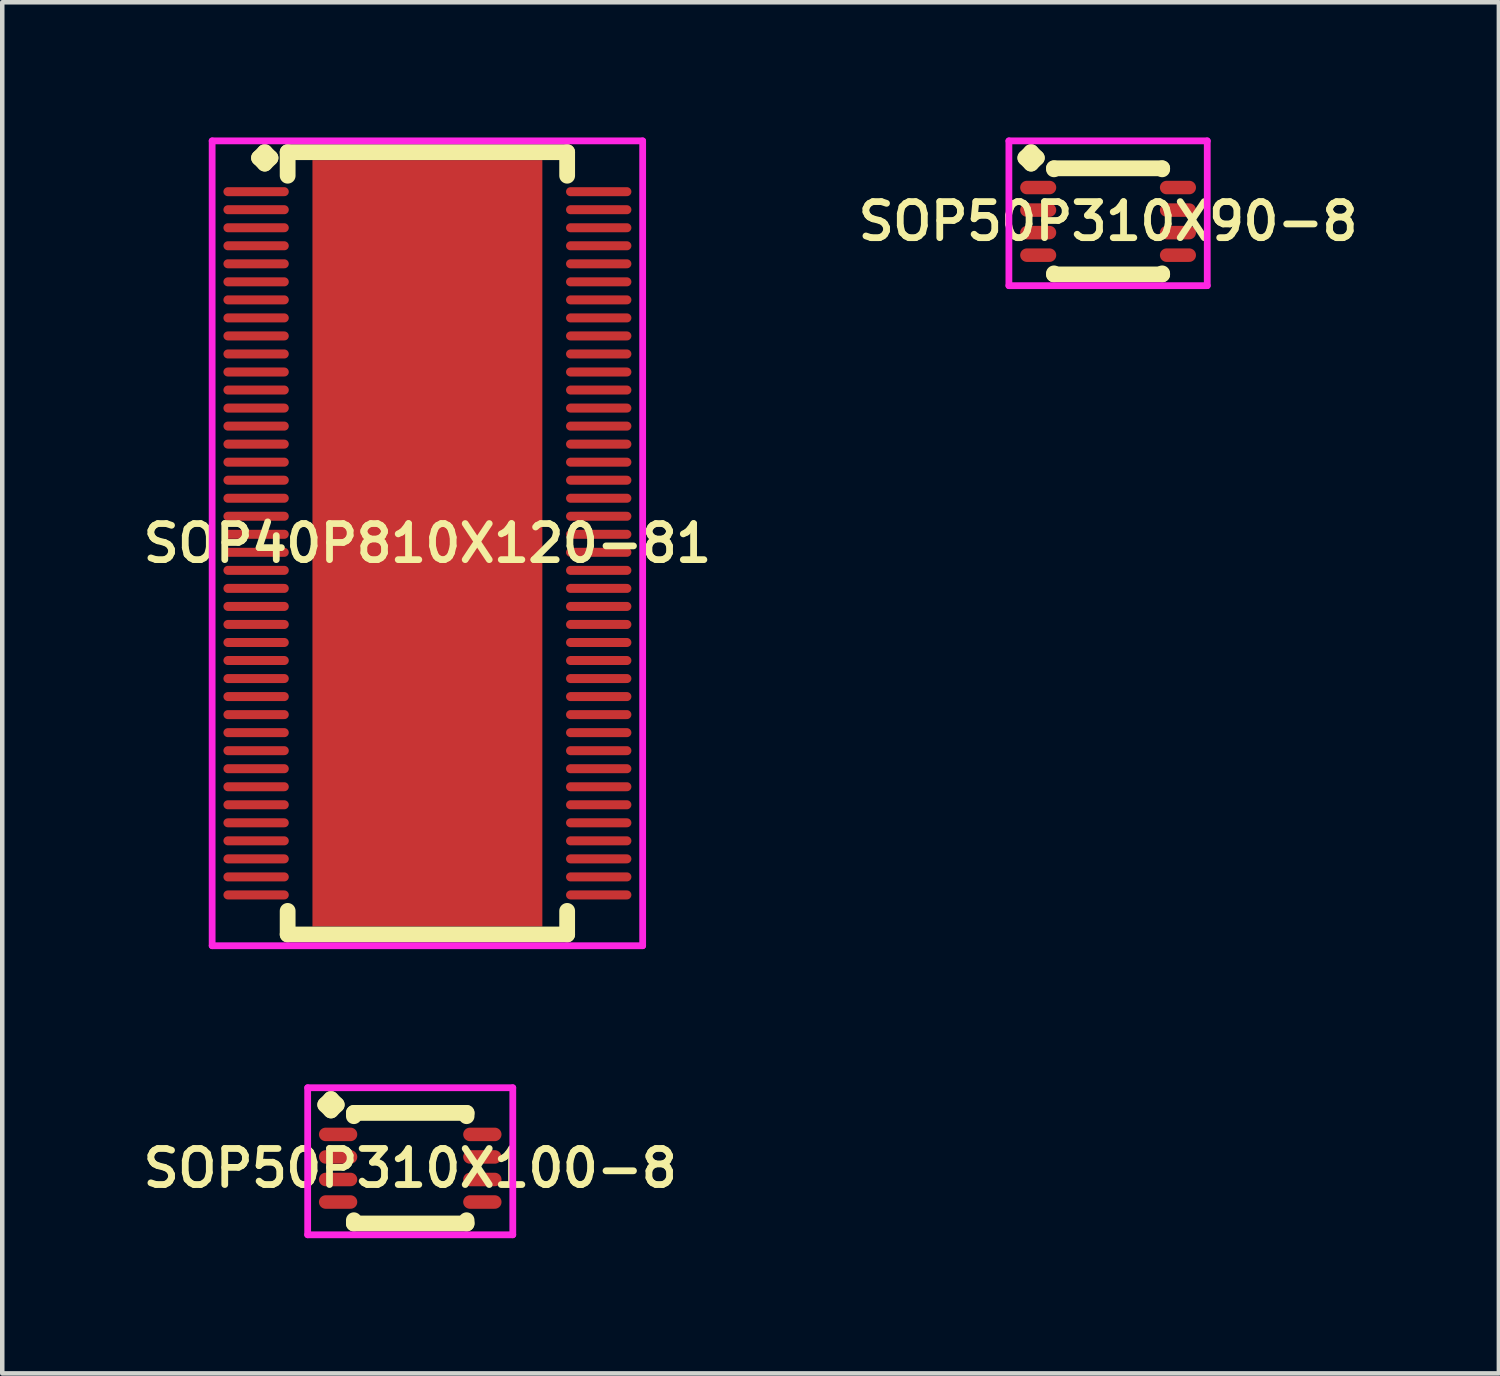
<source format=kicad_pcb>
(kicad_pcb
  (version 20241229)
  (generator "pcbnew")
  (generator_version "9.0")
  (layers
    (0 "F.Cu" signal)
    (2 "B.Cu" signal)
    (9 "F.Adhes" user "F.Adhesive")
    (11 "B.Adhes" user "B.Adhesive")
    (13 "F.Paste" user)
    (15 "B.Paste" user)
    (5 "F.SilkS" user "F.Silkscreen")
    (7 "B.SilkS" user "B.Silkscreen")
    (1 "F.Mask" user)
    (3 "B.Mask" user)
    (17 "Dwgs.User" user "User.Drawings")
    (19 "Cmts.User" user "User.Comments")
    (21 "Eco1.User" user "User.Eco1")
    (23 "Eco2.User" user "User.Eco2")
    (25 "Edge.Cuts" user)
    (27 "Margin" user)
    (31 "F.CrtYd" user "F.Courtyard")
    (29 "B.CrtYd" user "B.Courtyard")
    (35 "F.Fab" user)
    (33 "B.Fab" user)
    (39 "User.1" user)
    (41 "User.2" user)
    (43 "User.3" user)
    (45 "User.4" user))
  (footprint "SOP50P310X90-8"
    (layer "F.Cu")
    (at 21.53 1.86)
    (property "Reference" "SOP50P310X90-8" (at 0 0 0) (layer "F.SilkS") (effects (font (size 0.8 0.8) (thickness 0.15))))
    (attr smd)
    (fp_line (start -1.835 -1.408) (end -1.708 -1.535) (stroke (width 0.35) (type solid)) (layer "F.SilkS"))
    (fp_line (start -1.708 -1.535) (end -1.581 -1.408) (stroke (width 0.35) (type solid)) (layer "F.SilkS"))
    (fp_line (start -1.708 -1.281) (end -1.835 -1.408) (stroke (width 0.35) (type solid)) (layer "F.SilkS"))
    (fp_line (start -1.581 -1.408) (end -1.708 -1.281) (stroke (width 0.35) (type solid)) (layer "F.SilkS"))
    (fp_line (start -1.2 -1.177) (end 1.2 -1.177) (stroke (width 0.35) (type solid)) (layer "F.SilkS"))
    (fp_line (start -1.2 -1.154) (end -1.2 -1.177) (stroke (width 0.35) (type solid)) (layer "F.SilkS"))
    (fp_line (start -1.2 1.154) (end -1.2 1.177) (stroke (width 0.35) (type solid)) (layer "F.SilkS"))
    (fp_line (start -1.2 1.177) (end 1.2 1.177) (stroke (width 0.35) (type solid)) (layer "F.SilkS"))
    (fp_line (start 1.2 -1.177) (end 1.2 -1.154) (stroke (width 0.35) (type solid)) (layer "F.SilkS"))
    (fp_line (start 1.2 1.177) (end 1.2 1.154) (stroke (width 0.35) (type solid)) (layer "F.SilkS"))
    (fp_line (start -2.2 -1.785) (end 2.2 -1.785) (stroke (width 0.15) (type solid)) (layer "F.CrtYd"))
    (fp_line (start -2.2 1.427) (end -2.2 -1.785) (stroke (width 0.15) (type solid)) (layer "F.CrtYd"))
    (fp_line (start 2.2 -1.785) (end 2.2 1.427) (stroke (width 0.15) (type solid)) (layer "F.CrtYd"))
    (fp_line (start 2.2 1.427) (end -2.2 1.427) (stroke (width 0.15) (type solid)) (layer "F.CrtYd"))
    (pad "1" smd oval (at -1.55 -0.75) (size 0.8 0.3) (layers "F.Cu" "F.Mask" "F.Paste"))
    (pad "2" smd oval (at -1.55 -0.25) (size 0.8 0.3) (layers "F.Cu" "F.Mask" "F.Paste"))
    (pad "3" smd oval (at -1.55 0.25) (size 0.8 0.3) (layers "F.Cu" "F.Mask" "F.Paste"))
    (pad "4" smd oval (at -1.55 0.75) (size 0.8 0.3) (layers "F.Cu" "F.Mask" "F.Paste"))
    (pad "5" smd oval (at 1.55 0.75) (size 0.8 0.3) (layers "F.Cu" "F.Mask" "F.Paste"))
    (pad "6" smd oval (at 1.55 0.25) (size 0.8 0.3) (layers "F.Cu" "F.Mask" "F.Paste"))
    (pad "7" smd oval (at 1.55 -0.25) (size 0.8 0.3) (layers "F.Cu" "F.Mask" "F.Paste"))
    (pad "8" smd oval (at 1.55 -0.75) (size 0.8 0.3) (layers "F.Cu" "F.Mask" "F.Paste")))
  (footprint "SOP50P310X100-8"
    (layer "F.Cu")
    (at 6.05 22.864)
    (property "Reference" "SOP50P310X100-8" (at 0 0 0) (layer "F.SilkS") (effects (font (size 0.8 0.8) (thickness 0.15))))
    (attr smd)
    (fp_line (start -1.885 -1.408) (end -1.758 -1.535) (stroke (width 0.35) (type solid)) (layer "F.SilkS"))
    (fp_line (start -1.758 -1.535) (end -1.631 -1.408) (stroke (width 0.35) (type solid)) (layer "F.SilkS"))
    (fp_line (start -1.758 -1.281) (end -1.885 -1.408) (stroke (width 0.35) (type solid)) (layer "F.SilkS"))
    (fp_line (start -1.631 -1.408) (end -1.758 -1.281) (stroke (width 0.35) (type solid)) (layer "F.SilkS"))
    (fp_line (start -1.25 -1.227) (end 1.25 -1.227) (stroke (width 0.35) (type solid)) (layer "F.SilkS"))
    (fp_line (start -1.25 -1.154) (end -1.25 -1.227) (stroke (width 0.35) (type solid)) (layer "F.SilkS"))
    (fp_line (start -1.25 1.154) (end -1.25 1.227) (stroke (width 0.35) (type solid)) (layer "F.SilkS"))
    (fp_line (start -1.25 1.227) (end 1.25 1.227) (stroke (width 0.35) (type solid)) (layer "F.SilkS"))
    (fp_line (start 1.25 -1.227) (end 1.25 -1.154) (stroke (width 0.35) (type solid)) (layer "F.SilkS"))
    (fp_line (start 1.25 1.227) (end 1.25 1.154) (stroke (width 0.35) (type solid)) (layer "F.SilkS"))
    (fp_line (start -2.275 -1.785) (end 2.275 -1.785) (stroke (width 0.15) (type solid)) (layer "F.CrtYd"))
    (fp_line (start -2.275 1.477) (end -2.275 -1.785) (stroke (width 0.15) (type solid)) (layer "F.CrtYd"))
    (fp_line (start 2.275 -1.785) (end 2.275 1.477) (stroke (width 0.15) (type solid)) (layer "F.CrtYd"))
    (fp_line (start 2.275 1.477) (end -2.275 1.477) (stroke (width 0.15) (type solid)) (layer "F.CrtYd"))
    (pad "1" smd oval (at -1.6 -0.75) (size 0.85 0.3) (layers "F.Cu" "F.Mask" "F.Paste"))
    (pad "2" smd oval (at -1.6 -0.25) (size 0.85 0.3) (layers "F.Cu" "F.Mask" "F.Paste"))
    (pad "3" smd oval (at -1.6 0.25) (size 0.85 0.3) (layers "F.Cu" "F.Mask" "F.Paste"))
    (pad "4" smd oval (at -1.6 0.75) (size 0.85 0.3) (layers "F.Cu" "F.Mask" "F.Paste"))
    (pad "5" smd oval (at 1.6 0.75) (size 0.85 0.3) (layers "F.Cu" "F.Mask" "F.Paste"))
    (pad "6" smd oval (at 1.6 0.25) (size 0.85 0.3) (layers "F.Cu" "F.Mask" "F.Paste"))
    (pad "7" smd oval (at 1.6 -0.25) (size 0.85 0.3) (layers "F.Cu" "F.Mask" "F.Paste"))
    (pad "8" smd oval (at 1.6 -0.75) (size 0.85 0.3) (layers "F.Cu" "F.Mask" "F.Paste")))
  (footprint "SOP40P810X120-81"
    (layer "F.Cu")
    (at 6.431 9.002)
    (property "Reference" "SOP40P810X120-81" (at 0 0 0) (layer "F.SilkS") (effects (font (size 0.8 0.8) (thickness 0.15))))
    (attr smd)
    (fp_line (start -3.735 -8.55) (end -3.608 -8.677) (stroke (width 0.35) (type solid)) (layer "F.SilkS"))
    (fp_line (start -3.608 -8.677) (end -3.481 -8.55) (stroke (width 0.35) (type solid)) (layer "F.SilkS"))
    (fp_line (start -3.608 -8.423) (end -3.735 -8.55) (stroke (width 0.35) (type solid)) (layer "F.SilkS"))
    (fp_line (start -3.481 -8.55) (end -3.608 -8.423) (stroke (width 0.35) (type solid)) (layer "F.SilkS"))
    (fp_line (start -3.1 -8.677) (end 3.1 -8.677) (stroke (width 0.35) (type solid)) (layer "F.SilkS"))
    (fp_line (start -3.1 -8.154) (end -3.1 -8.677) (stroke (width 0.35) (type solid)) (layer "F.SilkS"))
    (fp_line (start -3.1 8.154) (end -3.1 8.677) (stroke (width 0.35) (type solid)) (layer "F.SilkS"))
    (fp_line (start -3.1 8.677) (end 3.1 8.677) (stroke (width 0.35) (type solid)) (layer "F.SilkS"))
    (fp_line (start 3.1 -8.677) (end 3.1 -8.154) (stroke (width 0.35) (type solid)) (layer "F.SilkS"))
    (fp_line (start 3.1 8.677) (end 3.1 8.154) (stroke (width 0.35) (type solid)) (layer "F.SilkS"))
    (fp_line (start -4.775 -8.927) (end 4.775 -8.927) (stroke (width 0.15) (type solid)) (layer "F.CrtYd"))
    (fp_line (start -4.775 8.927) (end -4.775 -8.927) (stroke (width 0.15) (type solid)) (layer "F.CrtYd"))
    (fp_line (start 4.775 -8.927) (end 4.775 8.927) (stroke (width 0.15) (type solid)) (layer "F.CrtYd"))
    (fp_line (start 4.775 8.927) (end -4.775 8.927) (stroke (width 0.15) (type solid)) (layer "F.CrtYd"))
    (pad "1" smd oval (at -3.8 -7.8) (size 1.45 0.2) (layers "F.Cu" "F.Mask" "F.Paste"))
    (pad "2" smd oval (at -3.8 -7.4) (size 1.45 0.2) (layers "F.Cu" "F.Mask" "F.Paste"))
    (pad "3" smd oval (at -3.8 -7) (size 1.45 0.2) (layers "F.Cu" "F.Mask" "F.Paste"))
    (pad "4" smd oval (at -3.8 -6.6) (size 1.45 0.2) (layers "F.Cu" "F.Mask" "F.Paste"))
    (pad "5" smd oval (at -3.8 -6.2) (size 1.45 0.2) (layers "F.Cu" "F.Mask" "F.Paste"))
    (pad "6" smd oval (at -3.8 -5.8) (size 1.45 0.2) (layers "F.Cu" "F.Mask" "F.Paste"))
    (pad "7" smd oval (at -3.8 -5.4) (size 1.45 0.2) (layers "F.Cu" "F.Mask" "F.Paste"))
    (pad "8" smd oval (at -3.8 -5) (size 1.45 0.2) (layers "F.Cu" "F.Mask" "F.Paste"))
    (pad "9" smd oval (at -3.8 -4.6) (size 1.45 0.2) (layers "F.Cu" "F.Mask" "F.Paste"))
    (pad "10" smd oval (at -3.8 -4.2) (size 1.45 0.2) (layers "F.Cu" "F.Mask" "F.Paste"))
    (pad "11" smd oval (at -3.8 -3.8) (size 1.45 0.2) (layers "F.Cu" "F.Mask" "F.Paste"))
    (pad "12" smd oval (at -3.8 -3.4) (size 1.45 0.2) (layers "F.Cu" "F.Mask" "F.Paste"))
    (pad "13" smd oval (at -3.8 -3) (size 1.45 0.2) (layers "F.Cu" "F.Mask" "F.Paste"))
    (pad "14" smd oval (at -3.8 -2.6) (size 1.45 0.2) (layers "F.Cu" "F.Mask" "F.Paste"))
    (pad "15" smd oval (at -3.8 -2.2) (size 1.45 0.2) (layers "F.Cu" "F.Mask" "F.Paste"))
    (pad "16" smd oval (at -3.8 -1.8) (size 1.45 0.2) (layers "F.Cu" "F.Mask" "F.Paste"))
    (pad "17" smd oval (at -3.8 -1.4) (size 1.45 0.2) (layers "F.Cu" "F.Mask" "F.Paste"))
    (pad "18" smd oval (at -3.8 -1) (size 1.45 0.2) (layers "F.Cu" "F.Mask" "F.Paste"))
    (pad "19" smd oval (at -3.8 -0.6) (size 1.45 0.2) (layers "F.Cu" "F.Mask" "F.Paste"))
    (pad "20" smd oval (at -3.8 -0.2) (size 1.45 0.2) (layers "F.Cu" "F.Mask" "F.Paste"))
    (pad "21" smd oval (at -3.8 0.2) (size 1.45 0.2) (layers "F.Cu" "F.Mask" "F.Paste"))
    (pad "22" smd oval (at -3.8 0.6) (size 1.45 0.2) (layers "F.Cu" "F.Mask" "F.Paste"))
    (pad "23" smd oval (at -3.8 1) (size 1.45 0.2) (layers "F.Cu" "F.Mask" "F.Paste"))
    (pad "24" smd oval (at -3.8 1.4) (size 1.45 0.2) (layers "F.Cu" "F.Mask" "F.Paste"))
    (pad "25" smd oval (at -3.8 1.8) (size 1.45 0.2) (layers "F.Cu" "F.Mask" "F.Paste"))
    (pad "26" smd oval (at -3.8 2.2) (size 1.45 0.2) (layers "F.Cu" "F.Mask" "F.Paste"))
    (pad "27" smd oval (at -3.8 2.6) (size 1.45 0.2) (layers "F.Cu" "F.Mask" "F.Paste"))
    (pad "28" smd oval (at -3.8 3) (size 1.45 0.2) (layers "F.Cu" "F.Mask" "F.Paste"))
    (pad "29" smd oval (at -3.8 3.4) (size 1.45 0.2) (layers "F.Cu" "F.Mask" "F.Paste"))
    (pad "30" smd oval (at -3.8 3.8) (size 1.45 0.2) (layers "F.Cu" "F.Mask" "F.Paste"))
    (pad "31" smd oval (at -3.8 4.2) (size 1.45 0.2) (layers "F.Cu" "F.Mask" "F.Paste"))
    (pad "32" smd oval (at -3.8 4.6) (size 1.45 0.2) (layers "F.Cu" "F.Mask" "F.Paste"))
    (pad "33" smd oval (at -3.8 5) (size 1.45 0.2) (layers "F.Cu" "F.Mask" "F.Paste"))
    (pad "34" smd oval (at -3.8 5.4) (size 1.45 0.2) (layers "F.Cu" "F.Mask" "F.Paste"))
    (pad "35" smd oval (at -3.8 5.8) (size 1.45 0.2) (layers "F.Cu" "F.Mask" "F.Paste"))
    (pad "36" smd oval (at -3.8 6.2) (size 1.45 0.2) (layers "F.Cu" "F.Mask" "F.Paste"))
    (pad "37" smd oval (at -3.8 6.6) (size 1.45 0.2) (layers "F.Cu" "F.Mask" "F.Paste"))
    (pad "38" smd oval (at -3.8 7) (size 1.45 0.2) (layers "F.Cu" "F.Mask" "F.Paste"))
    (pad "39" smd oval (at -3.8 7.4) (size 1.45 0.2) (layers "F.Cu" "F.Mask" "F.Paste"))
    (pad "40" smd oval (at -3.8 7.8) (size 1.45 0.2) (layers "F.Cu" "F.Mask" "F.Paste"))
    (pad "41" smd oval (at 3.8 7.8) (size 1.45 0.2) (layers "F.Cu" "F.Mask" "F.Paste"))
    (pad "42" smd oval (at 3.8 7.4) (size 1.45 0.2) (layers "F.Cu" "F.Mask" "F.Paste"))
    (pad "43" smd oval (at 3.8 7) (size 1.45 0.2) (layers "F.Cu" "F.Mask" "F.Paste"))
    (pad "44" smd oval (at 3.8 6.6) (size 1.45 0.2) (layers "F.Cu" "F.Mask" "F.Paste"))
    (pad "45" smd oval (at 3.8 6.2) (size 1.45 0.2) (layers "F.Cu" "F.Mask" "F.Paste"))
    (pad "46" smd oval (at 3.8 5.8) (size 1.45 0.2) (layers "F.Cu" "F.Mask" "F.Paste"))
    (pad "47" smd oval (at 3.8 5.4) (size 1.45 0.2) (layers "F.Cu" "F.Mask" "F.Paste"))
    (pad "48" smd oval (at 3.8 5) (size 1.45 0.2) (layers "F.Cu" "F.Mask" "F.Paste"))
    (pad "49" smd oval (at 3.8 4.6) (size 1.45 0.2) (layers "F.Cu" "F.Mask" "F.Paste"))
    (pad "50" smd oval (at 3.8 4.2) (size 1.45 0.2) (layers "F.Cu" "F.Mask" "F.Paste"))
    (pad "51" smd oval (at 3.8 3.8) (size 1.45 0.2) (layers "F.Cu" "F.Mask" "F.Paste"))
    (pad "52" smd oval (at 3.8 3.4) (size 1.45 0.2) (layers "F.Cu" "F.Mask" "F.Paste"))
    (pad "53" smd oval (at 3.8 3) (size 1.45 0.2) (layers "F.Cu" "F.Mask" "F.Paste"))
    (pad "54" smd oval (at 3.8 2.6) (size 1.45 0.2) (layers "F.Cu" "F.Mask" "F.Paste"))
    (pad "55" smd oval (at 3.8 2.2) (size 1.45 0.2) (layers "F.Cu" "F.Mask" "F.Paste"))
    (pad "56" smd oval (at 3.8 1.8) (size 1.45 0.2) (layers "F.Cu" "F.Mask" "F.Paste"))
    (pad "57" smd oval (at 3.8 1.4) (size 1.45 0.2) (layers "F.Cu" "F.Mask" "F.Paste"))
    (pad "58" smd oval (at 3.8 1) (size 1.45 0.2) (layers "F.Cu" "F.Mask" "F.Paste"))
    (pad "59" smd oval (at 3.8 0.6) (size 1.45 0.2) (layers "F.Cu" "F.Mask" "F.Paste"))
    (pad "60" smd oval (at 3.8 0.2) (size 1.45 0.2) (layers "F.Cu" "F.Mask" "F.Paste"))
    (pad "61" smd oval (at 3.8 -0.2) (size 1.45 0.2) (layers "F.Cu" "F.Mask" "F.Paste"))
    (pad "62" smd oval (at 3.8 -0.6) (size 1.45 0.2) (layers "F.Cu" "F.Mask" "F.Paste"))
    (pad "63" smd oval (at 3.8 -1) (size 1.45 0.2) (layers "F.Cu" "F.Mask" "F.Paste"))
    (pad "64" smd oval (at 3.8 -1.4) (size 1.45 0.2) (layers "F.Cu" "F.Mask" "F.Paste"))
    (pad "65" smd oval (at 3.8 -1.8) (size 1.45 0.2) (layers "F.Cu" "F.Mask" "F.Paste"))
    (pad "66" smd oval (at 3.8 -2.2) (size 1.45 0.2) (layers "F.Cu" "F.Mask" "F.Paste"))
    (pad "67" smd oval (at 3.8 -2.6) (size 1.45 0.2) (layers "F.Cu" "F.Mask" "F.Paste"))
    (pad "68" smd oval (at 3.8 -3) (size 1.45 0.2) (layers "F.Cu" "F.Mask" "F.Paste"))
    (pad "69" smd oval (at 3.8 -3.4) (size 1.45 0.2) (layers "F.Cu" "F.Mask" "F.Paste"))
    (pad "70" smd oval (at 3.8 -3.8) (size 1.45 0.2) (layers "F.Cu" "F.Mask" "F.Paste"))
    (pad "71" smd oval (at 3.8 -4.2) (size 1.45 0.2) (layers "F.Cu" "F.Mask" "F.Paste"))
    (pad "72" smd oval (at 3.8 -4.6) (size 1.45 0.2) (layers "F.Cu" "F.Mask" "F.Paste"))
    (pad "73" smd oval (at 3.8 -5) (size 1.45 0.2) (layers "F.Cu" "F.Mask" "F.Paste"))
    (pad "74" smd oval (at 3.8 -5.4) (size 1.45 0.2) (layers "F.Cu" "F.Mask" "F.Paste"))
    (pad "75" smd oval (at 3.8 -5.8) (size 1.45 0.2) (layers "F.Cu" "F.Mask" "F.Paste"))
    (pad "76" smd oval (at 3.8 -6.2) (size 1.45 0.2) (layers "F.Cu" "F.Mask" "F.Paste"))
    (pad "77" smd oval (at 3.8 -6.6) (size 1.45 0.2) (layers "F.Cu" "F.Mask" "F.Paste"))
    (pad "78" smd oval (at 3.8 -7) (size 1.45 0.2) (layers "F.Cu" "F.Mask" "F.Paste"))
    (pad "79" smd oval (at 3.8 -7.4) (size 1.45 0.2) (layers "F.Cu" "F.Mask" "F.Paste"))
    (pad "80" smd oval (at 3.8 -7.8) (size 1.45 0.2) (layers "F.Cu" "F.Mask" "F.Paste"))
    (pad "81" smd rect (at 0 0) (size 5.1 17) (layers "F.Cu" "F.Mask" "F.Paste")))
  (gr_rect
    (start -3 -3)
    (end 30.199 27.416)
    (stroke (width 0.1) (type default))
    (fill no)
    (layer "Edge.Cuts")))
</source>
